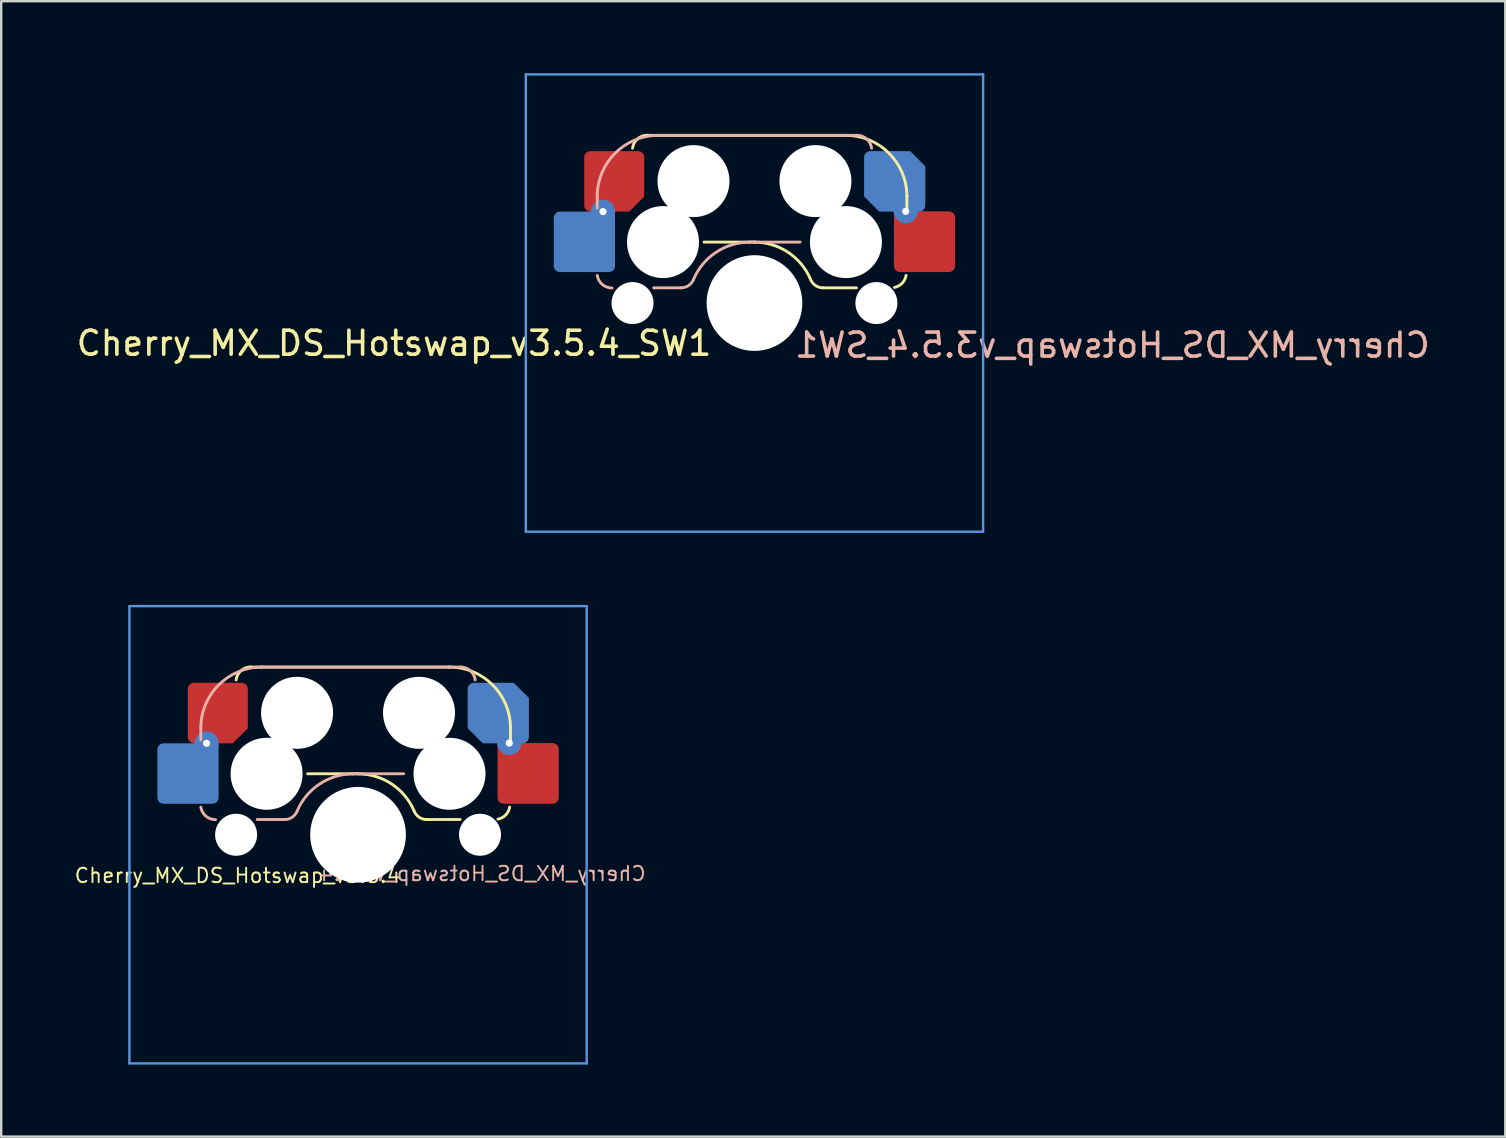
<source format=kicad_pcb>
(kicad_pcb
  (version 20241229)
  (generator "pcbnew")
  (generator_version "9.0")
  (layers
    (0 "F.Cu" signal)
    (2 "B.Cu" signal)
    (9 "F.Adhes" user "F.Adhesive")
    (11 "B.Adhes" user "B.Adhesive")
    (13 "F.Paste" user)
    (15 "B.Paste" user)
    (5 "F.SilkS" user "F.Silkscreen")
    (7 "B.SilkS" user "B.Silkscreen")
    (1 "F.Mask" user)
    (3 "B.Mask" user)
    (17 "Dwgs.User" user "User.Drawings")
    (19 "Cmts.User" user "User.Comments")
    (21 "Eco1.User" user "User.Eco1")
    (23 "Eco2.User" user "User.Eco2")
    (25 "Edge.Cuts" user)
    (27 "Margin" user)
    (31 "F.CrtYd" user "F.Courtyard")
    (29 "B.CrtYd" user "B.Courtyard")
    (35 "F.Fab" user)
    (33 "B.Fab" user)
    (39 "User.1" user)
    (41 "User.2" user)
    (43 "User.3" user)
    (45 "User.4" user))
  (footprint "Cherry_MX_DS_Hotswap_v3.5.4"
    (layer "F.Cu")
    (at 11.866 31.725)
    (property "Reference" "Cherry_MX_DS_Hotswap_v3.5.4" (at 5.2 1.62 180) (layer "B.SilkS") (effects (font (size 0.6 0.6) (thickness 0.08)) (justify mirror)))
    (attr through_hole)
    (fp_line (start -2.1 -2.54) (end 0 -2.54) (stroke (width 0.12) (type solid)) (layer "F.SilkS"))
    (fp_line (start 0 -2.54) (end 0 -2.54) (stroke (width 0.12) (type solid)) (layer "F.SilkS"))
    (fp_line (start 3.81 -6.985) (end -4.46 -6.985) (stroke (width 0.12) (type solid)) (layer "F.SilkS"))
    (fp_line (start 3.81 -6.985) (end 3.81 -6.985) (stroke (width 0.12) (type solid)) (layer "F.SilkS"))
    (fp_line (start 4.25 -0.635) (end 2.86 -0.635) (stroke (width 0.12) (type solid)) (layer "F.SilkS"))
    (fp_line (start 6.35 -4.445) (end 6.35 -4.445) (stroke (width 0.12) (type solid)) (layer "F.SilkS"))
    (fp_line (start 6.35 -4.445) (end 6.35 -3.95) (stroke (width 0.12) (type solid)) (layer "F.SilkS"))
    (fp_arc (start -5.08 -6.45) (mid -4.874274 -6.835961) (end -4.465 -6.990181) (stroke (width 0.12) (type default)) (layer "F.SilkS"))
    (fp_arc (start 0 -2.536928) (mid 1.405313 -2.11213) (end 2.34 -0.98) (stroke (width 0.12) (type solid)) (layer "F.SilkS"))
    (fp_arc (start 2.859999 -0.633863) (mid 2.547384 -0.727888) (end 2.34 -0.98) (stroke (width 0.12) (type default)) (layer "F.SilkS"))
    (fp_arc (start 3.81 -6.985) (mid 5.606051 -6.241051) (end 6.35 -4.445) (stroke (width 0.12) (type solid)) (layer "F.SilkS"))
    (fp_arc (start 6.315019 -1.151955) (mid 6.15004 -0.824092) (end 5.82691 -0.65) (stroke (width 0.12) (type default)) (layer "F.SilkS"))
    (fp_line (start -6.55 -4.445) (end -6.55 -3.95) (stroke (width 0.12) (type solid)) (layer "B.SilkS"))
    (fp_line (start -4.01 -6.985) (end -4.01 -6.985) (stroke (width 0.12) (type solid)) (layer "B.SilkS"))
    (fp_line (start -3.06 -0.635) (end -4.2 -0.635) (stroke (width 0.12) (type solid)) (layer "B.SilkS"))
    (fp_line (start -0.2 -2.54) (end -0.2 -2.54) (stroke (width 0.12) (type solid)) (layer "B.SilkS"))
    (fp_line (start -0.2 -2.54) (end 1.9 -2.54) (stroke (width 0.12) (type solid)) (layer "B.SilkS"))
    (fp_line (start 4.26 -6.985) (end -4.01 -6.985) (stroke (width 0.12) (type solid)) (layer "B.SilkS"))
    (fp_arc (start -6.550003 -4.445004) (mid -5.806053 -6.241054) (end -4.010003 -6.985004) (stroke (width 0.12) (type solid)) (layer "B.SilkS"))
    (fp_arc (start -5.935132 -0.626921) (mid -6.338802 -0.775394) (end -6.550132 -1.150004) (stroke (width 0.12) (type default)) (layer "B.SilkS"))
    (fp_arc (start -2.540003 -0.980004) (mid -2.747388 -0.727894) (end -3.060002 -0.633867) (stroke (width 0.12) (type default)) (layer "B.SilkS"))
    (fp_arc (start -2.540003 -0.980004) (mid -1.605316 -2.112134) (end -0.200003 -2.536932) (stroke (width 0.12) (type solid)) (layer "B.SilkS"))
    (fp_arc (start 4.264997 -6.990185) (mid 4.674274 -6.835966) (end 4.879997 -6.450004) (stroke (width 0.12) (type default)) (layer "B.SilkS"))
    (fp_line (start -9.525 -9.525) (end 9.525 -9.525) (stroke (width 0.1) (type solid)) (layer "Cmts.User"))
    (fp_line (start -9.525 9.525) (end -9.525 -9.525) (stroke (width 0.1) (type solid)) (layer "Cmts.User"))
    (fp_line (start -9.525 9.525) (end 9.525 9.525) (stroke (width 0.1) (type solid)) (layer "Cmts.User"))
    (fp_line (start 9.525 9.525) (end 9.525 -9.525) (stroke (width 0.1) (type solid)) (layer "Cmts.User"))
    (fp_rect (start -7 7) (end 7 -7) (stroke (width 0.1) (type default)) (fill no) (layer "User.3"))
    (fp_rect (start 2.15 -6.5) (end -2.15 -7.5) (stroke (width 0.1) (type default)) (fill no) (layer "User.3"))
    (fp_rect (start 2.15 7.5) (end -2.15 6.5) (stroke (width 0.1) (type default)) (fill no) (layer "User.3"))
    (fp_rect (start -7 7) (end 7 -7) (stroke (width 0.12) (type default)) (fill no) (layer "User.4"))
    (fp_poly (pts (arc (start -4.01 -6.99) (mid -5.8 -6.24) (end -6.55 -4.44)) (xy -6.55 -3.96) (xy -8.53 -3.96) (xy -8.53 -1.15) (arc (start -6.55 -1.15) (mid -6.34 -0.77) (end -5.94 -0.63)) (arc (start -3.06 -0.63) (mid -2.75 -0.72) (end -2.54 -1)) (arc (start -2.54 -1) (mid -1.6 -2.11) (end -0.2 -2.54)) (arc (start 4.74 -2.54) (mid 5.13 -2.74) (end 5.28 -3.15)) (xy 5.28 -3.68) (xy 7.21 -3.68) (xy 7.21 -6.45) (arc (start 4.87 -6.45) (mid 4.67 -6.83) (end 4.26 -6.99))) (stroke (width 0.05) (type solid)) (fill no) (layer "User.9"))
    (fp_poly (pts (arc (start 3.9778 -6.985) (mid 5.7678 -6.235) (end 6.5178 -4.435)) (xy 6.518 -3.955) (xy 8.498 -3.955) (xy 8.498 -1.145) (arc (start 6.5178 -1.145) (mid 6.3078 -0.765) (end 5.9078 -0.625)) (arc (start 3.0278 -0.625) (mid 2.7178 -0.715) (end 2.5078 -0.995)) (arc (start 2.5078 -0.995) (mid 1.5678 -2.105) (end 0.1678 -2.535)) (arc (start -4.7722 -2.535) (mid -5.1622 -2.735) (end -5.3122 -3.145)) (xy -5.312 -3.675) (xy -7.242 -3.675) (xy -7.242 -6.445) (arc (start -4.9022 -6.445) (mid -4.7022 -6.825) (end -4.2922 -6.985))) (stroke (width 0.05) (type solid)) (fill no) (layer "User.10"))
    (fp_text user "${REFERENCE}" (at -5.02 1.7 180) (layer "F.SilkS") (effects (font (size 0.6 0.6) (thickness 0.08))))
    (pad "" np_thru_hole circle (at -5.08 0) (size 1.75 1.75) (drill 1.75) (layers "*.Cu" "*.Mask"))
    (pad "" np_thru_hole circle (at -3.81 -2.54) (size 3 3) (drill 3) (layers "*.Cu" "*.Mask"))
    (pad "" np_thru_hole circle (at -2.54 -5.08) (size 3 3) (drill 3) (layers "*.Cu" "*.Mask"))
    (pad "" np_thru_hole circle (at 0 0) (size 3.988 3.988) (drill 3.988) (layers "*.Cu" "*.Mask"))
    (pad "" np_thru_hole circle (at 2.54 -5.08) (size 3 3) (drill 3) (layers "*.Cu" "*.Mask"))
    (pad "" np_thru_hole circle (at 3.81 -2.54) (size 3 3) (drill 3) (layers "*.Cu" "*.Mask"))
    (pad "" np_thru_hole circle (at 5.08 0) (size 1.75 1.75) (drill 1.75) (layers "*.Cu" "*.Mask"))
    (pad "1" smd roundrect (at -7.085 -2.55) (size 2.55 2.52) (layers "B.Cu" "B.Mask" "B.Paste") (roundrect_rratio 0.1) (chamfer_ratio 0) (chamfer top_right))
    (pad "1" thru_hole circle (at -6.31 -3.81) (size 1 1) (drill 0.3) (layers "*.Cu"))
    (pad "1" smd roundrect (at -5.842 -5.07) (size 2.5 2.52) (layers "F.Cu" "F.Mask" "F.Paste") (roundrect_rratio 0.1) (chamfer_ratio 0.25) (chamfer bottom_right))
    (pad "2" smd roundrect (at 5.842 -5.07) (size 2.55 2.52) (layers "B.Cu" "B.Mask" "B.Paste") (roundrect_rratio 0.1) (chamfer_ratio 0.25) (chamfer top_right bottom_left))
    (pad "2" thru_hole circle (at 6.3 -3.82) (size 1 1) (drill 0.3) (layers "*.Cu"))
    (pad "2" smd roundrect (at 7.085 -2.555) (size 2.55 2.53) (layers "F.Cu" "F.Mask" "F.Paste") (roundrect_rratio 0.1) (chamfer_ratio 0) (chamfer top_left)))
  (footprint "Cherry_MX_DS_Hotswap_v3.5.4_SW1"
    (layer "F.Cu")
    (at 28.38 9.575)
    (property "Reference" "Cherry_MX_DS_Hotswap_v3.5.4_SW1" (at 1.6 1.753 180) (layer "B.SilkS") (effects (font (size 1 1) (thickness 0.15)) (justify right mirror)))
    (attr through_hole)
    (fp_line (start -2.1 -2.54) (end 0 -2.54) (stroke (width 0.12) (type solid)) (layer "F.SilkS"))
    (fp_line (start 0 -2.54) (end 0 -2.54) (stroke (width 0.12) (type solid)) (layer "F.SilkS"))
    (fp_line (start 3.81 -6.985) (end -4.46 -6.985) (stroke (width 0.12) (type solid)) (layer "F.SilkS"))
    (fp_line (start 3.81 -6.985) (end 3.81 -6.985) (stroke (width 0.12) (type solid)) (layer "F.SilkS"))
    (fp_line (start 4.25 -0.635) (end 2.86 -0.635) (stroke (width 0.12) (type solid)) (layer "F.SilkS"))
    (fp_line (start 6.35 -4.445) (end 6.35 -4.445) (stroke (width 0.12) (type solid)) (layer "F.SilkS"))
    (fp_line (start 6.35 -4.445) (end 6.35 -3.95) (stroke (width 0.12) (type solid)) (layer "F.SilkS"))
    (fp_arc (start -5.08 -6.45) (mid -4.874274 -6.835961) (end -4.465 -6.990181) (stroke (width 0.12) (type default)) (layer "F.SilkS"))
    (fp_arc (start 0 -2.536928) (mid 1.405313 -2.11213) (end 2.34 -0.98) (stroke (width 0.12) (type solid)) (layer "F.SilkS"))
    (fp_arc (start 2.859999 -0.633863) (mid 2.547384 -0.727888) (end 2.34 -0.98) (stroke (width 0.12) (type default)) (layer "F.SilkS"))
    (fp_arc (start 3.81 -6.985) (mid 5.606051 -6.241051) (end 6.35 -4.445) (stroke (width 0.12) (type solid)) (layer "F.SilkS"))
    (fp_arc (start 6.315019 -1.151955) (mid 6.15004 -0.824092) (end 5.82691 -0.65) (stroke (width 0.12) (type default)) (layer "F.SilkS"))
    (fp_line (start -6.55 -4.445) (end -6.55 -3.95) (stroke (width 0.12) (type solid)) (layer "B.SilkS"))
    (fp_line (start -4.01 -6.985) (end -4.01 -6.985) (stroke (width 0.12) (type solid)) (layer "B.SilkS"))
    (fp_line (start -3.06 -0.635) (end -4.2 -0.635) (stroke (width 0.12) (type solid)) (layer "B.SilkS"))
    (fp_line (start -0.2 -2.54) (end -0.2 -2.54) (stroke (width 0.12) (type solid)) (layer "B.SilkS"))
    (fp_line (start -0.2 -2.54) (end 1.9 -2.54) (stroke (width 0.12) (type solid)) (layer "B.SilkS"))
    (fp_line (start 4.26 -6.985) (end -4.01 -6.985) (stroke (width 0.12) (type solid)) (layer "B.SilkS"))
    (fp_arc (start -6.550003 -4.445004) (mid -5.806053 -6.241054) (end -4.010003 -6.985004) (stroke (width 0.12) (type solid)) (layer "B.SilkS"))
    (fp_arc (start -5.935132 -0.626921) (mid -6.338802 -0.775394) (end -6.550132 -1.150004) (stroke (width 0.12) (type default)) (layer "B.SilkS"))
    (fp_arc (start -2.540003 -0.980004) (mid -2.747388 -0.727894) (end -3.060002 -0.633867) (stroke (width 0.12) (type default)) (layer "B.SilkS"))
    (fp_arc (start -2.540003 -0.980004) (mid -1.605316 -2.112134) (end -0.200003 -2.536932) (stroke (width 0.12) (type solid)) (layer "B.SilkS"))
    (fp_arc (start 4.264997 -6.990185) (mid 4.674274 -6.835966) (end 4.879997 -6.450004) (stroke (width 0.12) (type default)) (layer "B.SilkS"))
    (fp_line (start -9.525 -9.525) (end 9.525 -9.525) (stroke (width 0.1) (type solid)) (layer "Cmts.User"))
    (fp_line (start -9.525 9.525) (end -9.525 -9.525) (stroke (width 0.1) (type solid)) (layer "Cmts.User"))
    (fp_line (start -9.525 9.525) (end 9.525 9.525) (stroke (width 0.1) (type solid)) (layer "Cmts.User"))
    (fp_line (start 9.525 9.525) (end 9.525 -9.525) (stroke (width 0.1) (type solid)) (layer "Cmts.User"))
    (fp_rect (start -7 7) (end 7 -7) (stroke (width 0.1) (type default)) (fill no) (layer "User.3"))
    (fp_rect (start 2.15 -6.5) (end -2.15 -7.5) (stroke (width 0.1) (type default)) (fill no) (layer "User.3"))
    (fp_rect (start 2.15 7.5) (end -2.15 6.5) (stroke (width 0.1) (type default)) (fill no) (layer "User.3"))
    (fp_rect (start -7 7) (end 7 -7) (stroke (width 0.12) (type default)) (fill no) (layer "User.4"))
    (fp_poly (pts (arc (start -4.019234 -6.994191) (mid -5.809234 -6.244191) (end -6.559234 -4.444191)) (xy -6.559 -3.964) (xy -8.539 -3.964) (xy -8.539 -1.154) (arc (start -6.559234 -1.154191) (mid -6.349234 -0.774191) (end -5.949234 -0.634191)) (arc (start -3.069234 -0.634191) (mid -2.759234 -0.724191) (end -2.549234 -1.004191)) (arc (start -2.549234 -1.004191) (mid -1.609234 -2.114191) (end -0.209234 -2.544191)) (arc (start 4.730766 -2.544191) (mid 5.120766 -2.744191) (end 5.270766 -3.154191)) (xy 5.271 -3.684) (xy 7.201 -3.684) (xy 7.201 -6.454) (arc (start 4.860766 -6.454191) (mid 4.660766 -6.834191) (end 4.250766 -6.994191))) (stroke (width 0.05) (type solid)) (fill no) (layer "User.9"))
    (fp_poly (pts (arc (start 3.968566 -6.989191) (mid 5.758566 -6.239191) (end 6.508566 -4.439191)) (xy 6.509 -3.959) (xy 8.489 -3.959) (xy 8.489 -1.149) (arc (start 6.508566 -1.149191) (mid 6.298566 -0.769191) (end 5.898566 -0.629191)) (arc (start 3.018566 -0.629191) (mid 2.708566 -0.719191) (end 2.498566 -0.999191)) (arc (start 2.498566 -0.999191) (mid 1.558566 -2.109191) (end 0.158566 -2.539191)) (arc (start -4.781434 -2.539191) (mid -5.171434 -2.739191) (end -5.321434 -3.149191)) (xy -5.321 -3.679) (xy -7.251 -3.679) (xy -7.251 -6.449) (arc (start -4.911434 -6.449191) (mid -4.711434 -6.829191) (end -4.301434 -6.989191))) (stroke (width 0.05) (type solid)) (fill no) (layer "User.10"))
    (fp_text user "${REFERENCE}" (at -1.702 1.676 180) (layer "F.SilkS") (effects (font (size 1 1) (thickness 0.15)) (justify right)))
    (pad "" np_thru_hole circle (at -5.08 0) (size 1.75 1.75) (drill 1.75) (layers "*.Cu" "*.Mask"))
    (pad "" np_thru_hole circle (at -3.81 -2.54) (size 3 3) (drill 3) (layers "*.Cu" "*.Mask"))
    (pad "" np_thru_hole circle (at -2.54 -5.08) (size 3 3) (drill 3) (layers "*.Cu" "*.Mask"))
    (pad "" np_thru_hole circle (at 0 0) (size 3.988 3.988) (drill 3.988) (layers "*.Cu" "*.Mask"))
    (pad "" np_thru_hole circle (at 2.54 -5.08) (size 3 3) (drill 3) (layers "*.Cu" "*.Mask"))
    (pad "" np_thru_hole circle (at 3.81 -2.54) (size 3 3) (drill 3) (layers "*.Cu" "*.Mask"))
    (pad "" np_thru_hole circle (at 5.08 0) (size 1.75 1.75) (drill 1.75) (layers "*.Cu" "*.Mask"))
    (pad "1" smd roundrect (at -7.085 -2.55) (size 2.55 2.52) (layers "B.Cu" "B.Mask" "B.Paste") (roundrect_rratio 0.1) (chamfer_ratio 0) (chamfer top_right))
    (pad "1" thru_hole circle (at -6.31 -3.81) (size 1 1) (drill 0.3) (layers "*.Cu"))
    (pad "1" smd roundrect (at -5.842 -5.07) (size 2.5 2.52) (layers "F.Cu" "F.Mask" "F.Paste") (roundrect_rratio 0.1) (chamfer_ratio 0.25) (chamfer bottom_right))
    (pad "2" smd roundrect (at 5.842 -5.07) (size 2.55 2.52) (layers "B.Cu" "B.Mask" "B.Paste") (roundrect_rratio 0.1) (chamfer_ratio 0.25) (chamfer top_right bottom_left))
    (pad "2" thru_hole circle (at 6.3 -3.82) (size 1 1) (drill 0.3) (layers "*.Cu"))
    (pad "2" smd roundrect (at 7.085 -2.555) (size 2.55 2.53) (layers "F.Cu" "F.Mask" "F.Paste") (roundrect_rratio 0.1) (chamfer_ratio 0) (chamfer top_left)))
  (gr_rect
    (start -3 -3)
    (end 59.659 44.3)
    (stroke (width 0.1) (type default))
    (fill no)
    (layer "Edge.Cuts")))
</source>
